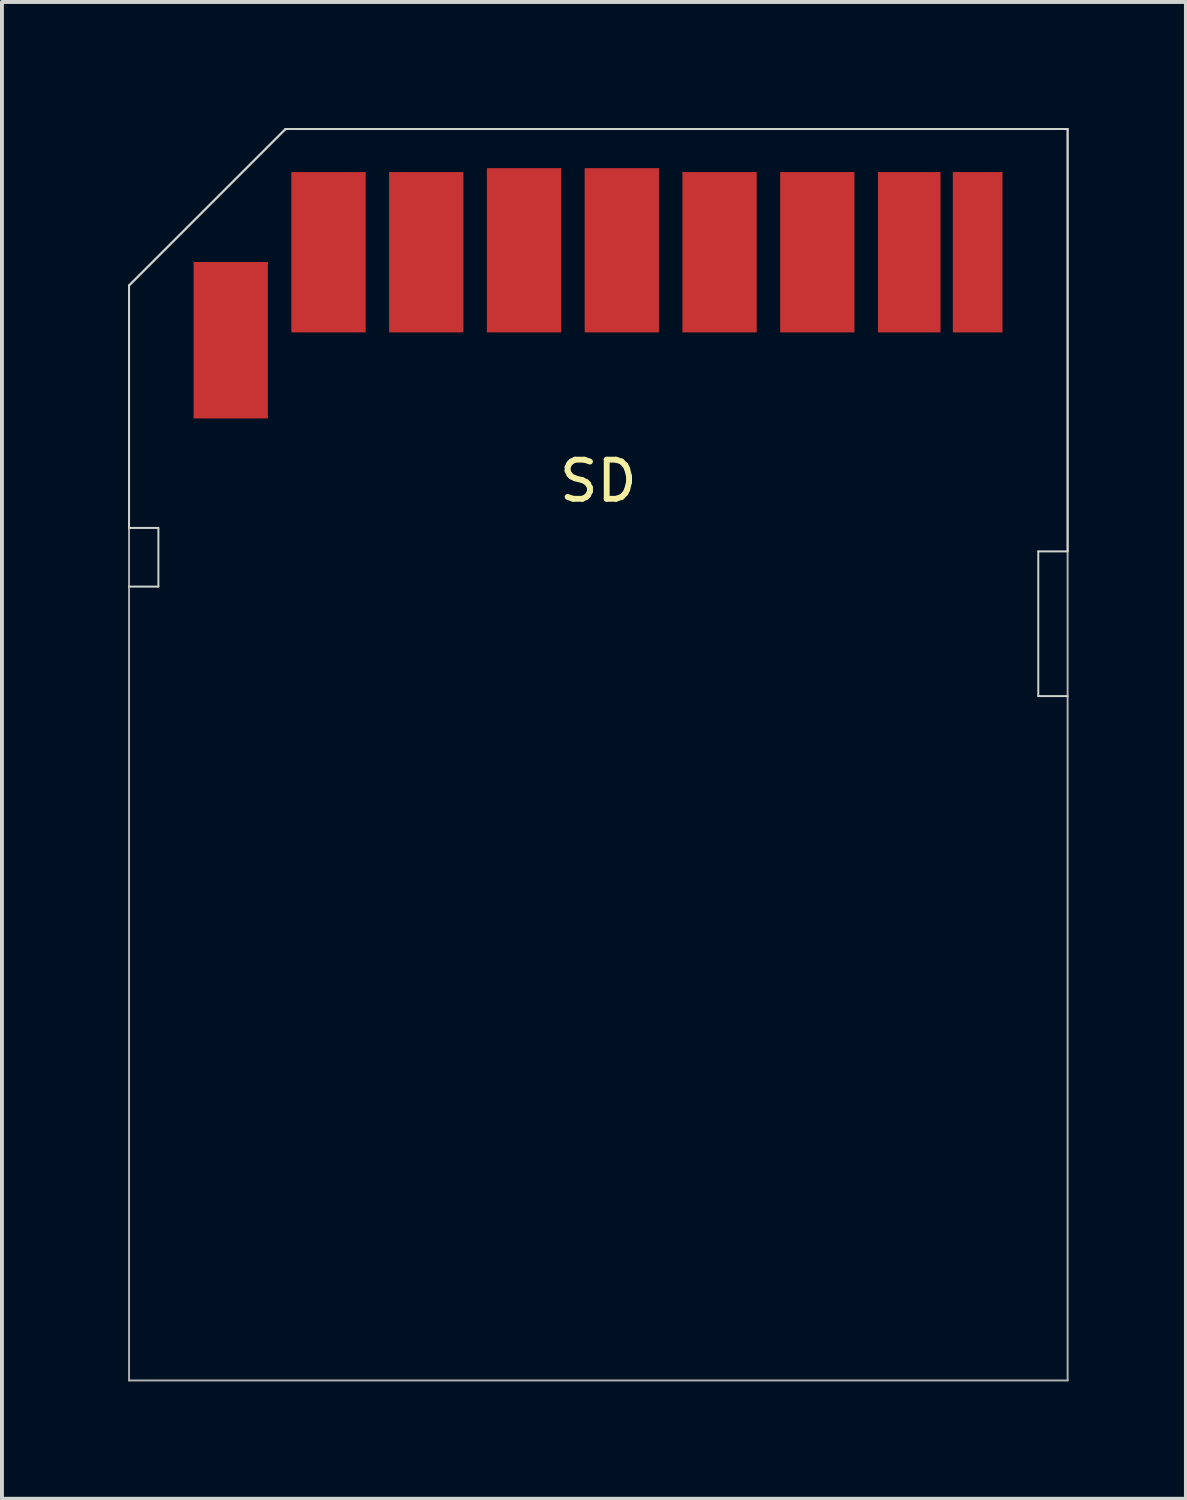
<source format=kicad_pcb>
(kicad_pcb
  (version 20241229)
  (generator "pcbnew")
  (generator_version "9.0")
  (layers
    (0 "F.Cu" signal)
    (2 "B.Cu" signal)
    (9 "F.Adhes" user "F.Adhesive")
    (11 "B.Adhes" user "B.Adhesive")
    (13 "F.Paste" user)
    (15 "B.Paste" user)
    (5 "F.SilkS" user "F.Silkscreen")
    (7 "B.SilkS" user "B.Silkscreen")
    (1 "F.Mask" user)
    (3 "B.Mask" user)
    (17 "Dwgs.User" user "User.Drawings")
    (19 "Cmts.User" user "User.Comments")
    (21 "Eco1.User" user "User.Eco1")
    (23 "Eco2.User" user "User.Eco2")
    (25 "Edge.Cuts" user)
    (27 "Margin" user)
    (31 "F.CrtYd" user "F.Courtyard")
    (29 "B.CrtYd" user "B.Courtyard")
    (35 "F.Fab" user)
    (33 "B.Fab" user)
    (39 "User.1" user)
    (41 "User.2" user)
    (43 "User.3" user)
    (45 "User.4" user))
  (footprint "SD"
    (layer "F.Cu")
    (at 0.25 0.25)
    (property "Reference" "SD" (at 12 9 0) (layer "F.SilkS") (effects (font (size 1 1) (thickness 0.15))))
    (attr through_hole)
    (fp_line (start 0 4) (end 4 0) (stroke (width 0.05) (type solid)) (layer "Edge.Cuts"))
    (fp_line (start 0 10.2) (end 0 4) (stroke (width 0.05) (type solid)) (layer "Edge.Cuts"))
    (fp_line (start 0 11.7) (end 0.75 11.7) (stroke (width 0.05) (type solid)) (layer "Edge.Cuts"))
    (fp_line (start 0.75 10.2) (end 0 10.2) (stroke (width 0.05) (type solid)) (layer "Edge.Cuts"))
    (fp_line (start 0.75 11.7) (end 0.75 10.2) (stroke (width 0.05) (type solid)) (layer "Edge.Cuts"))
    (fp_line (start 4 0) (end 24 0) (stroke (width 0.05) (type solid)) (layer "Edge.Cuts"))
    (fp_line (start 23.25 10.8) (end 23.25 14.5) (stroke (width 0.05) (type solid)) (layer "Edge.Cuts"))
    (fp_line (start 24 0) (end 24 10.8) (stroke (width 0.05) (type solid)) (layer "Edge.Cuts"))
    (fp_line (start 24 10.8) (end 23.25 10.8) (stroke (width 0.05) (type solid)) (layer "Edge.Cuts"))
    (fp_line (start 24 14.5) (end 23.25 14.5) (stroke (width 0.05) (type solid)) (layer "Edge.Cuts"))
    (fp_line (start 0 4) (end 4 0) (stroke (width 0.05) (type solid)) (layer "F.Fab"))
    (fp_line (start 0 32) (end 0 4) (stroke (width 0.05) (type solid)) (layer "F.Fab"))
    (fp_line (start 4 0) (end 24 0) (stroke (width 0.05) (type solid)) (layer "F.Fab"))
    (fp_line (start 24 0) (end 24 32) (stroke (width 0.05) (type solid)) (layer "F.Fab"))
    (fp_line (start 24 32) (end 0 32) (stroke (width 0.05) (type solid)) (layer "F.Fab"))
    (pad "1" smd rect (at 5.1 3.15) (size 1.9 4.1) (layers "F.Cu" "F.Mask"))
    (pad "2" smd rect (at 7.6 3.15) (size 1.9 4.1) (layers "F.Cu" "F.Mask"))
    (pad "3" smd rect (at 10.1 3.1) (size 1.9 4.2) (layers "F.Cu" "F.Mask"))
    (pad "4" smd rect (at 12.6 3.1) (size 1.9 4.2) (layers "F.Cu" "F.Mask"))
    (pad "5" smd rect (at 15.1 3.15) (size 1.9 4.1) (layers "F.Cu" "F.Mask"))
    (pad "6" smd rect (at 17.6 3.15) (size 1.9 4.1) (layers "F.Cu" "F.Mask"))
    (pad "7" smd rect (at 19.95 3.15) (size 1.6 4.1) (layers "F.Cu" "F.Mask"))
    (pad "8" smd rect (at 21.7 3.15) (size 1.27 4.1) (layers "F.Cu" "F.Mask"))
    (pad "9" smd rect (at 2.6 5.4) (size 1.9 4) (layers "F.Cu" "F.Mask")))
  (gr_rect
    (start -3 -3)
    (end 27.275 35.275)
    (stroke (width 0.1) (type default))
    (fill no)
    (layer "Edge.Cuts")))
</source>
